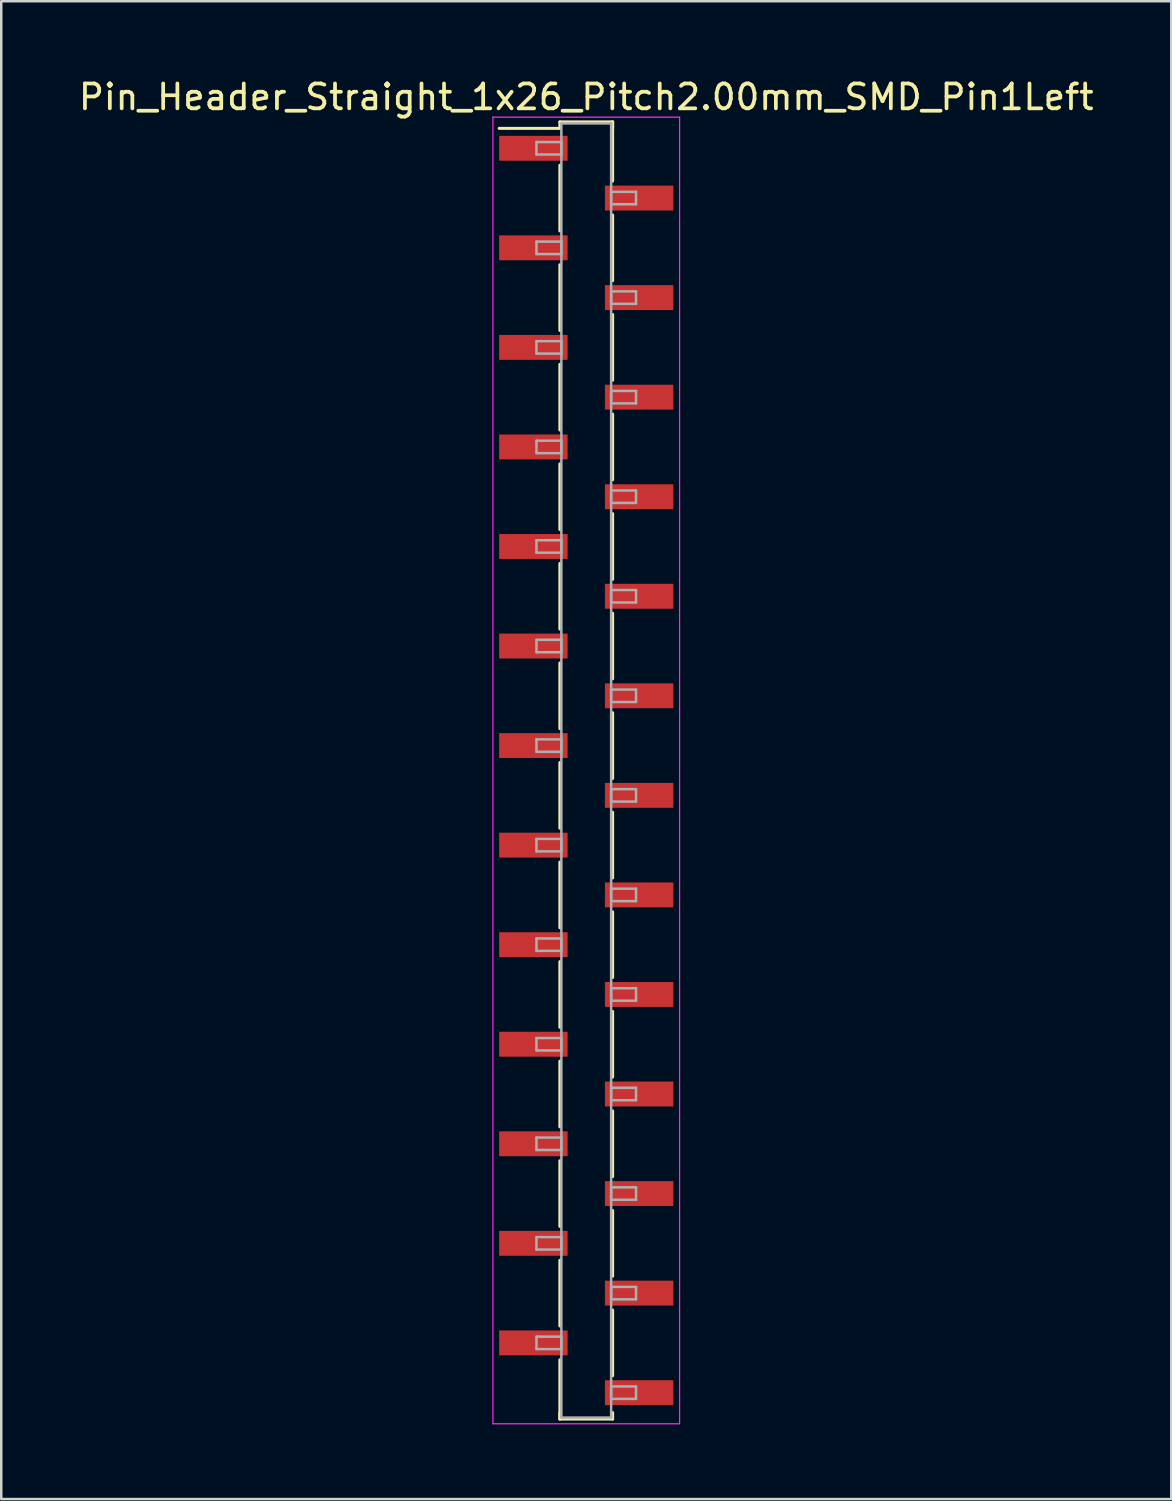
<source format=kicad_pcb>
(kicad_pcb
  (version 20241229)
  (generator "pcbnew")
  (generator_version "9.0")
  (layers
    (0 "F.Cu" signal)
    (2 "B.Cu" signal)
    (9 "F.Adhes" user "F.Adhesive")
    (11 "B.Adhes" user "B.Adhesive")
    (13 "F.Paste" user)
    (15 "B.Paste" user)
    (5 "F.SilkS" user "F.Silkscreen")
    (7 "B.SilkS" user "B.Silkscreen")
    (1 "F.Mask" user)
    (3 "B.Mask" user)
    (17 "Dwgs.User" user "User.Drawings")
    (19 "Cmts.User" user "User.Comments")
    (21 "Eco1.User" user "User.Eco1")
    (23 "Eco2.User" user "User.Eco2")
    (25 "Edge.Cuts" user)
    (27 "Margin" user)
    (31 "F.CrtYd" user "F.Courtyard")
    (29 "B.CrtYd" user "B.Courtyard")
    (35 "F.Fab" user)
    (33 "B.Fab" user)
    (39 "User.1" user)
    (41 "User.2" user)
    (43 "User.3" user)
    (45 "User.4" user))
  (footprint "Pin_Header_Straight_1x26_Pitch2.00mm_SMD_Pin1Left"
    (layer "F.Cu")
    (at 20.506 27.908)
    (property "Reference" "Pin_Header_Straight_1x26_Pitch2.00mm_SMD_Pin1Left" (at 0 -27.06 0) (layer "F.SilkS") (effects (font (size 1 1) (thickness 0.15))))
    (attr smd)
    (fp_line (start -1.06 -26.06) (end 1.06 -26.06) (stroke (width 0.12) (type solid)) (layer "F.SilkS"))
    (fp_line (start -1.06 -25.8) (end -3.5 -25.8) (stroke (width 0.12) (type solid)) (layer "F.SilkS"))
    (fp_line (start -1.06 -25.8) (end -1.06 -26.06) (stroke (width 0.12) (type solid)) (layer "F.SilkS"))
    (fp_line (start -1.06 -24.32) (end -1.06 -21.68) (stroke (width 0.12) (type solid)) (layer "F.SilkS"))
    (fp_line (start -1.06 -20.32) (end -1.06 -17.68) (stroke (width 0.12) (type solid)) (layer "F.SilkS"))
    (fp_line (start -1.06 -16.32) (end -1.06 -13.68) (stroke (width 0.12) (type solid)) (layer "F.SilkS"))
    (fp_line (start -1.06 -12.32) (end -1.06 -9.68) (stroke (width 0.12) (type solid)) (layer "F.SilkS"))
    (fp_line (start -1.06 -8.32) (end -1.06 -5.68) (stroke (width 0.12) (type solid)) (layer "F.SilkS"))
    (fp_line (start -1.06 -4.32) (end -1.06 -1.68) (stroke (width 0.12) (type solid)) (layer "F.SilkS"))
    (fp_line (start -1.06 -0.32) (end -1.06 2.32) (stroke (width 0.12) (type solid)) (layer "F.SilkS"))
    (fp_line (start -1.06 3.68) (end -1.06 6.32) (stroke (width 0.12) (type solid)) (layer "F.SilkS"))
    (fp_line (start -1.06 7.68) (end -1.06 10.32) (stroke (width 0.12) (type solid)) (layer "F.SilkS"))
    (fp_line (start -1.06 11.68) (end -1.06 14.32) (stroke (width 0.12) (type solid)) (layer "F.SilkS"))
    (fp_line (start -1.06 15.68) (end -1.06 18.32) (stroke (width 0.12) (type solid)) (layer "F.SilkS"))
    (fp_line (start -1.06 19.68) (end -1.06 22.32) (stroke (width 0.12) (type solid)) (layer "F.SilkS"))
    (fp_line (start -1.06 23.68) (end -1.06 26.06) (stroke (width 0.12) (type solid)) (layer "F.SilkS"))
    (fp_line (start -1.06 25.8) (end -1.06 26.06) (stroke (width 0.12) (type solid)) (layer "F.SilkS"))
    (fp_line (start -1.06 26.06) (end 1.06 26.06) (stroke (width 0.12) (type solid)) (layer "F.SilkS"))
    (fp_line (start 1.06 -26.06) (end 1.06 -25.8) (stroke (width 0.12) (type solid)) (layer "F.SilkS"))
    (fp_line (start 1.06 -26.06) (end 1.06 -23.68) (stroke (width 0.12) (type solid)) (layer "F.SilkS"))
    (fp_line (start 1.06 -22.32) (end 1.06 -19.68) (stroke (width 0.12) (type solid)) (layer "F.SilkS"))
    (fp_line (start 1.06 -18.32) (end 1.06 -15.68) (stroke (width 0.12) (type solid)) (layer "F.SilkS"))
    (fp_line (start 1.06 -14.32) (end 1.06 -11.68) (stroke (width 0.12) (type solid)) (layer "F.SilkS"))
    (fp_line (start 1.06 -10.32) (end 1.06 -7.68) (stroke (width 0.12) (type solid)) (layer "F.SilkS"))
    (fp_line (start 1.06 -6.32) (end 1.06 -3.68) (stroke (width 0.12) (type solid)) (layer "F.SilkS"))
    (fp_line (start 1.06 -2.32) (end 1.06 0.32) (stroke (width 0.12) (type solid)) (layer "F.SilkS"))
    (fp_line (start 1.06 1.68) (end 1.06 4.32) (stroke (width 0.12) (type solid)) (layer "F.SilkS"))
    (fp_line (start 1.06 5.68) (end 1.06 8.32) (stroke (width 0.12) (type solid)) (layer "F.SilkS"))
    (fp_line (start 1.06 9.68) (end 1.06 12.32) (stroke (width 0.12) (type solid)) (layer "F.SilkS"))
    (fp_line (start 1.06 13.68) (end 1.06 16.32) (stroke (width 0.12) (type solid)) (layer "F.SilkS"))
    (fp_line (start 1.06 17.68) (end 1.06 20.32) (stroke (width 0.12) (type solid)) (layer "F.SilkS"))
    (fp_line (start 1.06 21.68) (end 1.06 24.32) (stroke (width 0.12) (type solid)) (layer "F.SilkS"))
    (fp_line (start 1.06 26.06) (end 1.06 25.8) (stroke (width 0.12) (type solid)) (layer "F.SilkS"))
    (fp_line (start -3.75 -26.25) (end -3.75 26.25) (stroke (width 0.05) (type solid)) (layer "F.CrtYd"))
    (fp_line (start -3.75 26.25) (end 3.75 26.25) (stroke (width 0.05) (type solid)) (layer "F.CrtYd"))
    (fp_line (start 3.75 -26.25) (end -3.75 -26.25) (stroke (width 0.05) (type solid)) (layer "F.CrtYd"))
    (fp_line (start 3.75 26.25) (end 3.75 -26.25) (stroke (width 0.05) (type solid)) (layer "F.CrtYd"))
    (fp_line (start -2 -25.25) (end -1 -25.25) (stroke (width 0.1) (type solid)) (layer "F.Fab"))
    (fp_line (start -2 -24.75) (end -2 -25.25) (stroke (width 0.1) (type solid)) (layer "F.Fab"))
    (fp_line (start -2 -21.25) (end -1 -21.25) (stroke (width 0.1) (type solid)) (layer "F.Fab"))
    (fp_line (start -2 -20.75) (end -2 -21.25) (stroke (width 0.1) (type solid)) (layer "F.Fab"))
    (fp_line (start -2 -17.25) (end -1 -17.25) (stroke (width 0.1) (type solid)) (layer "F.Fab"))
    (fp_line (start -2 -16.75) (end -2 -17.25) (stroke (width 0.1) (type solid)) (layer "F.Fab"))
    (fp_line (start -2 -13.25) (end -1 -13.25) (stroke (width 0.1) (type solid)) (layer "F.Fab"))
    (fp_line (start -2 -12.75) (end -2 -13.25) (stroke (width 0.1) (type solid)) (layer "F.Fab"))
    (fp_line (start -2 -9.25) (end -1 -9.25) (stroke (width 0.1) (type solid)) (layer "F.Fab"))
    (fp_line (start -2 -8.75) (end -2 -9.25) (stroke (width 0.1) (type solid)) (layer "F.Fab"))
    (fp_line (start -2 -5.25) (end -1 -5.25) (stroke (width 0.1) (type solid)) (layer "F.Fab"))
    (fp_line (start -2 -4.75) (end -2 -5.25) (stroke (width 0.1) (type solid)) (layer "F.Fab"))
    (fp_line (start -2 -1.25) (end -1 -1.25) (stroke (width 0.1) (type solid)) (layer "F.Fab"))
    (fp_line (start -2 -0.75) (end -2 -1.25) (stroke (width 0.1) (type solid)) (layer "F.Fab"))
    (fp_line (start -2 2.75) (end -1 2.75) (stroke (width 0.1) (type solid)) (layer "F.Fab"))
    (fp_line (start -2 3.25) (end -2 2.75) (stroke (width 0.1) (type solid)) (layer "F.Fab"))
    (fp_line (start -2 6.75) (end -1 6.75) (stroke (width 0.1) (type solid)) (layer "F.Fab"))
    (fp_line (start -2 7.25) (end -2 6.75) (stroke (width 0.1) (type solid)) (layer "F.Fab"))
    (fp_line (start -2 10.75) (end -1 10.75) (stroke (width 0.1) (type solid)) (layer "F.Fab"))
    (fp_line (start -2 11.25) (end -2 10.75) (stroke (width 0.1) (type solid)) (layer "F.Fab"))
    (fp_line (start -2 14.75) (end -1 14.75) (stroke (width 0.1) (type solid)) (layer "F.Fab"))
    (fp_line (start -2 15.25) (end -2 14.75) (stroke (width 0.1) (type solid)) (layer "F.Fab"))
    (fp_line (start -2 18.75) (end -1 18.75) (stroke (width 0.1) (type solid)) (layer "F.Fab"))
    (fp_line (start -2 19.25) (end -2 18.75) (stroke (width 0.1) (type solid)) (layer "F.Fab"))
    (fp_line (start -2 22.75) (end -1 22.75) (stroke (width 0.1) (type solid)) (layer "F.Fab"))
    (fp_line (start -2 23.25) (end -2 22.75) (stroke (width 0.1) (type solid)) (layer "F.Fab"))
    (fp_line (start -1 -26) (end -1 26) (stroke (width 0.1) (type solid)) (layer "F.Fab"))
    (fp_line (start -1 -25.25) (end -1 -24.75) (stroke (width 0.1) (type solid)) (layer "F.Fab"))
    (fp_line (start -1 -24.75) (end -2 -24.75) (stroke (width 0.1) (type solid)) (layer "F.Fab"))
    (fp_line (start -1 -21.25) (end -1 -20.75) (stroke (width 0.1) (type solid)) (layer "F.Fab"))
    (fp_line (start -1 -20.75) (end -2 -20.75) (stroke (width 0.1) (type solid)) (layer "F.Fab"))
    (fp_line (start -1 -17.25) (end -1 -16.75) (stroke (width 0.1) (type solid)) (layer "F.Fab"))
    (fp_line (start -1 -16.75) (end -2 -16.75) (stroke (width 0.1) (type solid)) (layer "F.Fab"))
    (fp_line (start -1 -13.25) (end -1 -12.75) (stroke (width 0.1) (type solid)) (layer "F.Fab"))
    (fp_line (start -1 -12.75) (end -2 -12.75) (stroke (width 0.1) (type solid)) (layer "F.Fab"))
    (fp_line (start -1 -9.25) (end -1 -8.75) (stroke (width 0.1) (type solid)) (layer "F.Fab"))
    (fp_line (start -1 -8.75) (end -2 -8.75) (stroke (width 0.1) (type solid)) (layer "F.Fab"))
    (fp_line (start -1 -5.25) (end -1 -4.75) (stroke (width 0.1) (type solid)) (layer "F.Fab"))
    (fp_line (start -1 -4.75) (end -2 -4.75) (stroke (width 0.1) (type solid)) (layer "F.Fab"))
    (fp_line (start -1 -1.25) (end -1 -0.75) (stroke (width 0.1) (type solid)) (layer "F.Fab"))
    (fp_line (start -1 -0.75) (end -2 -0.75) (stroke (width 0.1) (type solid)) (layer "F.Fab"))
    (fp_line (start -1 2.75) (end -1 3.25) (stroke (width 0.1) (type solid)) (layer "F.Fab"))
    (fp_line (start -1 3.25) (end -2 3.25) (stroke (width 0.1) (type solid)) (layer "F.Fab"))
    (fp_line (start -1 6.75) (end -1 7.25) (stroke (width 0.1) (type solid)) (layer "F.Fab"))
    (fp_line (start -1 7.25) (end -2 7.25) (stroke (width 0.1) (type solid)) (layer "F.Fab"))
    (fp_line (start -1 10.75) (end -1 11.25) (stroke (width 0.1) (type solid)) (layer "F.Fab"))
    (fp_line (start -1 11.25) (end -2 11.25) (stroke (width 0.1) (type solid)) (layer "F.Fab"))
    (fp_line (start -1 14.75) (end -1 15.25) (stroke (width 0.1) (type solid)) (layer "F.Fab"))
    (fp_line (start -1 15.25) (end -2 15.25) (stroke (width 0.1) (type solid)) (layer "F.Fab"))
    (fp_line (start -1 18.75) (end -1 19.25) (stroke (width 0.1) (type solid)) (layer "F.Fab"))
    (fp_line (start -1 19.25) (end -2 19.25) (stroke (width 0.1) (type solid)) (layer "F.Fab"))
    (fp_line (start -1 22.75) (end -1 23.25) (stroke (width 0.1) (type solid)) (layer "F.Fab"))
    (fp_line (start -1 23.25) (end -2 23.25) (stroke (width 0.1) (type solid)) (layer "F.Fab"))
    (fp_line (start -1 26) (end 1 26) (stroke (width 0.1) (type solid)) (layer "F.Fab"))
    (fp_line (start 1 -26) (end -1 -26) (stroke (width 0.1) (type solid)) (layer "F.Fab"))
    (fp_line (start 1 -23.25) (end 1 -22.75) (stroke (width 0.1) (type solid)) (layer "F.Fab"))
    (fp_line (start 1 -22.75) (end 2 -22.75) (stroke (width 0.1) (type solid)) (layer "F.Fab"))
    (fp_line (start 1 -19.25) (end 1 -18.75) (stroke (width 0.1) (type solid)) (layer "F.Fab"))
    (fp_line (start 1 -18.75) (end 2 -18.75) (stroke (width 0.1) (type solid)) (layer "F.Fab"))
    (fp_line (start 1 -15.25) (end 1 -14.75) (stroke (width 0.1) (type solid)) (layer "F.Fab"))
    (fp_line (start 1 -14.75) (end 2 -14.75) (stroke (width 0.1) (type solid)) (layer "F.Fab"))
    (fp_line (start 1 -11.25) (end 1 -10.75) (stroke (width 0.1) (type solid)) (layer "F.Fab"))
    (fp_line (start 1 -10.75) (end 2 -10.75) (stroke (width 0.1) (type solid)) (layer "F.Fab"))
    (fp_line (start 1 -7.25) (end 1 -6.75) (stroke (width 0.1) (type solid)) (layer "F.Fab"))
    (fp_line (start 1 -6.75) (end 2 -6.75) (stroke (width 0.1) (type solid)) (layer "F.Fab"))
    (fp_line (start 1 -3.25) (end 1 -2.75) (stroke (width 0.1) (type solid)) (layer "F.Fab"))
    (fp_line (start 1 -2.75) (end 2 -2.75) (stroke (width 0.1) (type solid)) (layer "F.Fab"))
    (fp_line (start 1 0.75) (end 1 1.25) (stroke (width 0.1) (type solid)) (layer "F.Fab"))
    (fp_line (start 1 1.25) (end 2 1.25) (stroke (width 0.1) (type solid)) (layer "F.Fab"))
    (fp_line (start 1 4.75) (end 1 5.25) (stroke (width 0.1) (type solid)) (layer "F.Fab"))
    (fp_line (start 1 5.25) (end 2 5.25) (stroke (width 0.1) (type solid)) (layer "F.Fab"))
    (fp_line (start 1 8.75) (end 1 9.25) (stroke (width 0.1) (type solid)) (layer "F.Fab"))
    (fp_line (start 1 9.25) (end 2 9.25) (stroke (width 0.1) (type solid)) (layer "F.Fab"))
    (fp_line (start 1 12.75) (end 1 13.25) (stroke (width 0.1) (type solid)) (layer "F.Fab"))
    (fp_line (start 1 13.25) (end 2 13.25) (stroke (width 0.1) (type solid)) (layer "F.Fab"))
    (fp_line (start 1 16.75) (end 1 17.25) (stroke (width 0.1) (type solid)) (layer "F.Fab"))
    (fp_line (start 1 17.25) (end 2 17.25) (stroke (width 0.1) (type solid)) (layer "F.Fab"))
    (fp_line (start 1 20.75) (end 1 21.25) (stroke (width 0.1) (type solid)) (layer "F.Fab"))
    (fp_line (start 1 21.25) (end 2 21.25) (stroke (width 0.1) (type solid)) (layer "F.Fab"))
    (fp_line (start 1 24.75) (end 1 25.25) (stroke (width 0.1) (type solid)) (layer "F.Fab"))
    (fp_line (start 1 25.25) (end 2 25.25) (stroke (width 0.1) (type solid)) (layer "F.Fab"))
    (fp_line (start 1 26) (end 1 -26) (stroke (width 0.1) (type solid)) (layer "F.Fab"))
    (fp_line (start 2 -23.25) (end 1 -23.25) (stroke (width 0.1) (type solid)) (layer "F.Fab"))
    (fp_line (start 2 -22.75) (end 2 -23.25) (stroke (width 0.1) (type solid)) (layer "F.Fab"))
    (fp_line (start 2 -19.25) (end 1 -19.25) (stroke (width 0.1) (type solid)) (layer "F.Fab"))
    (fp_line (start 2 -18.75) (end 2 -19.25) (stroke (width 0.1) (type solid)) (layer "F.Fab"))
    (fp_line (start 2 -15.25) (end 1 -15.25) (stroke (width 0.1) (type solid)) (layer "F.Fab"))
    (fp_line (start 2 -14.75) (end 2 -15.25) (stroke (width 0.1) (type solid)) (layer "F.Fab"))
    (fp_line (start 2 -11.25) (end 1 -11.25) (stroke (width 0.1) (type solid)) (layer "F.Fab"))
    (fp_line (start 2 -10.75) (end 2 -11.25) (stroke (width 0.1) (type solid)) (layer "F.Fab"))
    (fp_line (start 2 -7.25) (end 1 -7.25) (stroke (width 0.1) (type solid)) (layer "F.Fab"))
    (fp_line (start 2 -6.75) (end 2 -7.25) (stroke (width 0.1) (type solid)) (layer "F.Fab"))
    (fp_line (start 2 -3.25) (end 1 -3.25) (stroke (width 0.1) (type solid)) (layer "F.Fab"))
    (fp_line (start 2 -2.75) (end 2 -3.25) (stroke (width 0.1) (type solid)) (layer "F.Fab"))
    (fp_line (start 2 0.75) (end 1 0.75) (stroke (width 0.1) (type solid)) (layer "F.Fab"))
    (fp_line (start 2 1.25) (end 2 0.75) (stroke (width 0.1) (type solid)) (layer "F.Fab"))
    (fp_line (start 2 4.75) (end 1 4.75) (stroke (width 0.1) (type solid)) (layer "F.Fab"))
    (fp_line (start 2 5.25) (end 2 4.75) (stroke (width 0.1) (type solid)) (layer "F.Fab"))
    (fp_line (start 2 8.75) (end 1 8.75) (stroke (width 0.1) (type solid)) (layer "F.Fab"))
    (fp_line (start 2 9.25) (end 2 8.75) (stroke (width 0.1) (type solid)) (layer "F.Fab"))
    (fp_line (start 2 12.75) (end 1 12.75) (stroke (width 0.1) (type solid)) (layer "F.Fab"))
    (fp_line (start 2 13.25) (end 2 12.75) (stroke (width 0.1) (type solid)) (layer "F.Fab"))
    (fp_line (start 2 16.75) (end 1 16.75) (stroke (width 0.1) (type solid)) (layer "F.Fab"))
    (fp_line (start 2 17.25) (end 2 16.75) (stroke (width 0.1) (type solid)) (layer "F.Fab"))
    (fp_line (start 2 20.75) (end 1 20.75) (stroke (width 0.1) (type solid)) (layer "F.Fab"))
    (fp_line (start 2 21.25) (end 2 20.75) (stroke (width 0.1) (type solid)) (layer "F.Fab"))
    (fp_line (start 2 24.75) (end 1 24.75) (stroke (width 0.1) (type solid)) (layer "F.Fab"))
    (fp_line (start 2 25.25) (end 2 24.75) (stroke (width 0.1) (type solid)) (layer "F.Fab"))
    (pad "1" smd rect (at -2.125 -25) (size 2.75 1) (layers "F.Cu" "F.Mask"))
    (pad "2" smd rect (at 2.125 -23) (size 2.75 1) (layers "F.Cu" "F.Mask"))
    (pad "3" smd rect (at -2.125 -21) (size 2.75 1) (layers "F.Cu" "F.Mask"))
    (pad "4" smd rect (at 2.125 -19) (size 2.75 1) (layers "F.Cu" "F.Mask"))
    (pad "5" smd rect (at -2.125 -17) (size 2.75 1) (layers "F.Cu" "F.Mask"))
    (pad "6" smd rect (at 2.125 -15) (size 2.75 1) (layers "F.Cu" "F.Mask"))
    (pad "7" smd rect (at -2.125 -13) (size 2.75 1) (layers "F.Cu" "F.Mask"))
    (pad "8" smd rect (at 2.125 -11) (size 2.75 1) (layers "F.Cu" "F.Mask"))
    (pad "9" smd rect (at -2.125 -9) (size 2.75 1) (layers "F.Cu" "F.Mask"))
    (pad "10" smd rect (at 2.125 -7) (size 2.75 1) (layers "F.Cu" "F.Mask"))
    (pad "11" smd rect (at -2.125 -5) (size 2.75 1) (layers "F.Cu" "F.Mask"))
    (pad "12" smd rect (at 2.125 -3) (size 2.75 1) (layers "F.Cu" "F.Mask"))
    (pad "13" smd rect (at -2.125 -1) (size 2.75 1) (layers "F.Cu" "F.Mask"))
    (pad "14" smd rect (at 2.125 1) (size 2.75 1) (layers "F.Cu" "F.Mask"))
    (pad "15" smd rect (at -2.125 3) (size 2.75 1) (layers "F.Cu" "F.Mask"))
    (pad "16" smd rect (at 2.125 5) (size 2.75 1) (layers "F.Cu" "F.Mask"))
    (pad "17" smd rect (at -2.125 7) (size 2.75 1) (layers "F.Cu" "F.Mask"))
    (pad "18" smd rect (at 2.125 9) (size 2.75 1) (layers "F.Cu" "F.Mask"))
    (pad "19" smd rect (at -2.125 11) (size 2.75 1) (layers "F.Cu" "F.Mask"))
    (pad "20" smd rect (at 2.125 13) (size 2.75 1) (layers "F.Cu" "F.Mask"))
    (pad "21" smd rect (at -2.125 15) (size 2.75 1) (layers "F.Cu" "F.Mask"))
    (pad "22" smd rect (at 2.125 17) (size 2.75 1) (layers "F.Cu" "F.Mask"))
    (pad "23" smd rect (at -2.125 19) (size 2.75 1) (layers "F.Cu" "F.Mask"))
    (pad "24" smd rect (at 2.125 21) (size 2.75 1) (layers "F.Cu" "F.Mask"))
    (pad "25" smd rect (at -2.125 23) (size 2.75 1) (layers "F.Cu" "F.Mask"))
    (pad "26" smd rect (at 2.125 25) (size 2.75 1) (layers "F.Cu" "F.Mask")))
  (gr_rect
    (start -3 -3)
    (end 44.012 57.183)
    (stroke (width 0.1) (type default))
    (fill no)
    (layer "Edge.Cuts")))
</source>
